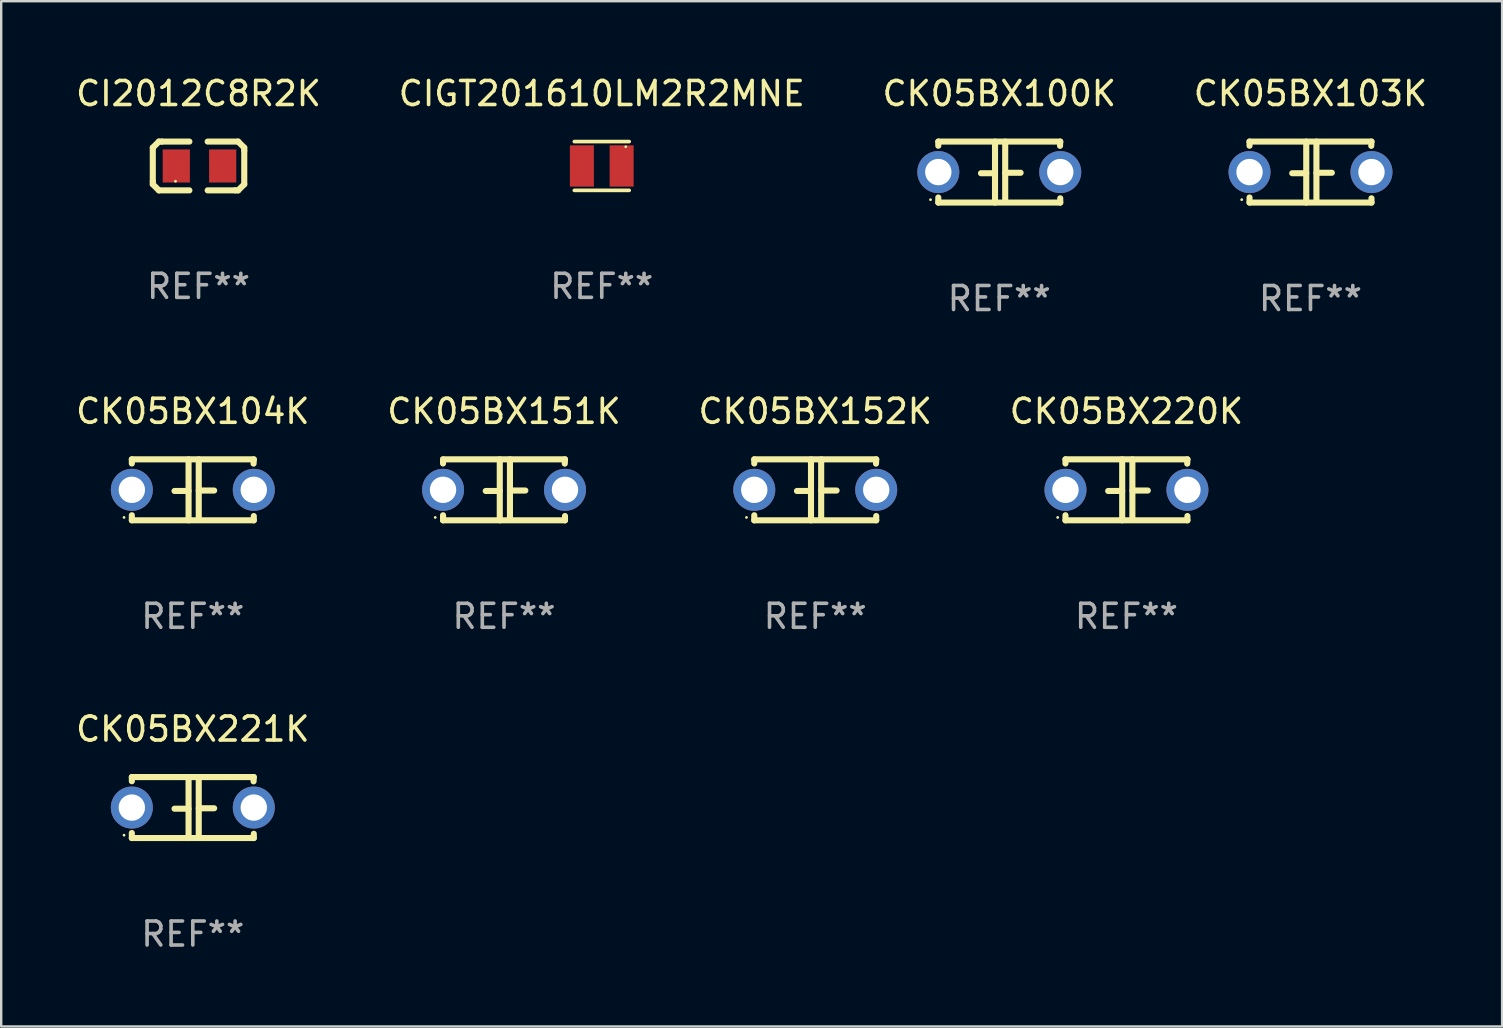
<source format=kicad_pcb>
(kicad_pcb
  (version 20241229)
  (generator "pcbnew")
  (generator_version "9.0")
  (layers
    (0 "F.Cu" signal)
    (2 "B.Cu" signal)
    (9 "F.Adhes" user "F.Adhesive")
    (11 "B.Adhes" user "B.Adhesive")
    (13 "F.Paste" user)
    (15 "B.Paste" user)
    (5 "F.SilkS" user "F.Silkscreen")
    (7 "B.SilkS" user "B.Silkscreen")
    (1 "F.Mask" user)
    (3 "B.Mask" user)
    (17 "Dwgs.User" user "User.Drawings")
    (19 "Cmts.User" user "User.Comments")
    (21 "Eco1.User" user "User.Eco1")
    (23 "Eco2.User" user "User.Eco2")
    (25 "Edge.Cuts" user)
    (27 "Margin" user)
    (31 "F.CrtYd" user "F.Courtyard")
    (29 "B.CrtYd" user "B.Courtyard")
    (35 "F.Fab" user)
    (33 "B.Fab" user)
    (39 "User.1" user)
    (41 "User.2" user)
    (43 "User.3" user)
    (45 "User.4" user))
  (footprint "CK05BX151K"
    (layer "F.Cu")
    (at 17.946 17.355)
    (property "Reference" "CK05BX151K" (at 0 -3.27 0) (layer "F.SilkS") (effects (font (size 1 1) (thickness 0.15))))
    (attr through_hole)
    (fp_line (start -2.54 -1.27) (end 2.54 -1.27) (stroke (width 0.254) (type solid)) (layer "F.SilkS"))
    (fp_line (start -2.54 -1.097) (end -2.54 -1.27) (stroke (width 0.254) (type solid)) (layer "F.SilkS"))
    (fp_line (start -2.54 1.27) (end -2.54 1.059) (stroke (width 0.254) (type solid)) (layer "F.SilkS"))
    (fp_line (start -0.177 -1.27) (end -0.177 1.27) (stroke (width 0.254) (type solid)) (layer "F.SilkS"))
    (fp_line (start -0.177 0.048) (end -0.762 0.048) (stroke (width 0.254) (type solid)) (layer "F.SilkS"))
    (fp_line (start 0.247 -1.27) (end 0.247 1.143) (stroke (width 0.254) (type solid)) (layer "F.SilkS"))
    (fp_line (start 0.247 0.029) (end 0.889 0.029) (stroke (width 0.254) (type solid)) (layer "F.SilkS"))
    (fp_line (start 2.54 -1.27) (end 2.531 -1.092) (stroke (width 0.254) (type solid)) (layer "F.SilkS"))
    (fp_line (start 2.54 1.092) (end 2.54 1.27) (stroke (width 0.254) (type solid)) (layer "F.SilkS"))
    (fp_line (start 2.54 1.27) (end -2.54 1.27) (stroke (width 0.254) (type solid)) (layer "F.SilkS"))
    (fp_circle (center -2.865 1.15) (end -2.835 1.15) (stroke (width 0.06) (type solid)) (fill no) (layer "F.SilkS"))
    (fp_text user "REF**" (at 0 5.27 0) (layer "F.Fab") (effects (font (size 1 1) (thickness 0.15))))
    (pad "1" thru_hole circle (at -2.54 0) (size 1.75 1.75) (drill 1.1) (layers "*.Cu" "*.Mask"))
    (pad "2" thru_hole circle (at 2.54 0) (size 1.75 1.75) (drill 1.1) (layers "*.Cu" "*.Mask")))
  (footprint "CK05BX103K"
    (layer "F.Cu")
    (at 51.542 4.118)
    (property "Reference" "CK05BX103K" (at 0 -3.27 0) (layer "F.SilkS") (effects (font (size 1 1) (thickness 0.15))))
    (attr through_hole)
    (fp_line (start -2.54 -1.27) (end 2.54 -1.27) (stroke (width 0.254) (type solid)) (layer "F.SilkS"))
    (fp_line (start -2.54 -1.097) (end -2.54 -1.27) (stroke (width 0.254) (type solid)) (layer "F.SilkS"))
    (fp_line (start -2.54 1.27) (end -2.54 1.059) (stroke (width 0.254) (type solid)) (layer "F.SilkS"))
    (fp_line (start -0.177 -1.27) (end -0.177 1.27) (stroke (width 0.254) (type solid)) (layer "F.SilkS"))
    (fp_line (start -0.177 0.048) (end -0.762 0.048) (stroke (width 0.254) (type solid)) (layer "F.SilkS"))
    (fp_line (start 0.247 -1.27) (end 0.247 1.143) (stroke (width 0.254) (type solid)) (layer "F.SilkS"))
    (fp_line (start 0.247 0.029) (end 0.889 0.029) (stroke (width 0.254) (type solid)) (layer "F.SilkS"))
    (fp_line (start 2.54 -1.27) (end 2.531 -1.092) (stroke (width 0.254) (type solid)) (layer "F.SilkS"))
    (fp_line (start 2.54 1.092) (end 2.54 1.27) (stroke (width 0.254) (type solid)) (layer "F.SilkS"))
    (fp_line (start 2.54 1.27) (end -2.54 1.27) (stroke (width 0.254) (type solid)) (layer "F.SilkS"))
    (fp_circle (center -2.865 1.15) (end -2.835 1.15) (stroke (width 0.06) (type solid)) (fill no) (layer "F.SilkS"))
    (fp_text user "REF**" (at 0 5.27 0) (layer "F.Fab") (effects (font (size 1 1) (thickness 0.15))))
    (pad "1" thru_hole circle (at -2.54 0) (size 1.75 1.75) (drill 1.1) (layers "*.Cu" "*.Mask"))
    (pad "2" thru_hole circle (at 2.54 0) (size 1.75 1.75) (drill 1.1) (layers "*.Cu" "*.Mask")))
  (footprint "CK05BX152K"
    (layer "F.Cu")
    (at 30.911 17.355)
    (property "Reference" "CK05BX152K" (at 0 -3.27 0) (layer "F.SilkS") (effects (font (size 1 1) (thickness 0.15))))
    (attr through_hole)
    (fp_line (start -2.54 -1.27) (end 2.54 -1.27) (stroke (width 0.254) (type solid)) (layer "F.SilkS"))
    (fp_line (start -2.54 -1.097) (end -2.54 -1.27) (stroke (width 0.254) (type solid)) (layer "F.SilkS"))
    (fp_line (start -2.54 1.27) (end -2.54 1.059) (stroke (width 0.254) (type solid)) (layer "F.SilkS"))
    (fp_line (start -0.177 -1.27) (end -0.177 1.27) (stroke (width 0.254) (type solid)) (layer "F.SilkS"))
    (fp_line (start -0.177 0.048) (end -0.762 0.048) (stroke (width 0.254) (type solid)) (layer "F.SilkS"))
    (fp_line (start 0.247 -1.27) (end 0.247 1.143) (stroke (width 0.254) (type solid)) (layer "F.SilkS"))
    (fp_line (start 0.247 0.029) (end 0.889 0.029) (stroke (width 0.254) (type solid)) (layer "F.SilkS"))
    (fp_line (start 2.54 -1.27) (end 2.531 -1.092) (stroke (width 0.254) (type solid)) (layer "F.SilkS"))
    (fp_line (start 2.54 1.092) (end 2.54 1.27) (stroke (width 0.254) (type solid)) (layer "F.SilkS"))
    (fp_line (start 2.54 1.27) (end -2.54 1.27) (stroke (width 0.254) (type solid)) (layer "F.SilkS"))
    (fp_circle (center -2.865 1.15) (end -2.835 1.15) (stroke (width 0.06) (type solid)) (fill no) (layer "F.SilkS"))
    (fp_text user "REF**" (at 0 5.27 0) (layer "F.Fab") (effects (font (size 1 1) (thickness 0.15))))
    (pad "1" thru_hole circle (at -2.54 0) (size 1.75 1.75) (drill 1.1) (layers "*.Cu" "*.Mask"))
    (pad "2" thru_hole circle (at 2.54 0) (size 1.75 1.75) (drill 1.1) (layers "*.Cu" "*.Mask")))
  (footprint "CK05BX220K"
    (layer "F.Cu")
    (at 43.875 17.355)
    (property "Reference" "CK05BX220K" (at 0 -3.27 0) (layer "F.SilkS") (effects (font (size 1 1) (thickness 0.15))))
    (attr through_hole)
    (fp_line (start -2.54 -1.27) (end 2.54 -1.27) (stroke (width 0.254) (type solid)) (layer "F.SilkS"))
    (fp_line (start -2.54 -1.097) (end -2.54 -1.27) (stroke (width 0.254) (type solid)) (layer "F.SilkS"))
    (fp_line (start -2.54 1.27) (end -2.54 1.059) (stroke (width 0.254) (type solid)) (layer "F.SilkS"))
    (fp_line (start -0.177 -1.27) (end -0.177 1.27) (stroke (width 0.254) (type solid)) (layer "F.SilkS"))
    (fp_line (start -0.177 0.048) (end -0.762 0.048) (stroke (width 0.254) (type solid)) (layer "F.SilkS"))
    (fp_line (start 0.247 -1.27) (end 0.247 1.143) (stroke (width 0.254) (type solid)) (layer "F.SilkS"))
    (fp_line (start 0.247 0.029) (end 0.889 0.029) (stroke (width 0.254) (type solid)) (layer "F.SilkS"))
    (fp_line (start 2.54 -1.27) (end 2.531 -1.092) (stroke (width 0.254) (type solid)) (layer "F.SilkS"))
    (fp_line (start 2.54 1.092) (end 2.54 1.27) (stroke (width 0.254) (type solid)) (layer "F.SilkS"))
    (fp_line (start 2.54 1.27) (end -2.54 1.27) (stroke (width 0.254) (type solid)) (layer "F.SilkS"))
    (fp_circle (center -2.865 1.15) (end -2.835 1.15) (stroke (width 0.06) (type solid)) (fill no) (layer "F.SilkS"))
    (fp_text user "REF**" (at 0 5.27 0) (layer "F.Fab") (effects (font (size 1 1) (thickness 0.15))))
    (pad "1" thru_hole circle (at -2.54 0) (size 1.75 1.75) (drill 1.1) (layers "*.Cu" "*.Mask"))
    (pad "2" thru_hole circle (at 2.54 0) (size 1.75 1.75) (drill 1.1) (layers "*.Cu" "*.Mask")))
  (footprint "CK05BX100K"
    (layer "F.Cu")
    (at 38.577 4.118)
    (property "Reference" "CK05BX100K" (at 0 -3.27 0) (layer "F.SilkS") (effects (font (size 1 1) (thickness 0.15))))
    (attr through_hole)
    (fp_line (start -2.54 -1.27) (end 2.54 -1.27) (stroke (width 0.254) (type solid)) (layer "F.SilkS"))
    (fp_line (start -2.54 -1.097) (end -2.54 -1.27) (stroke (width 0.254) (type solid)) (layer "F.SilkS"))
    (fp_line (start -2.54 1.27) (end -2.54 1.059) (stroke (width 0.254) (type solid)) (layer "F.SilkS"))
    (fp_line (start -0.177 -1.27) (end -0.177 1.27) (stroke (width 0.254) (type solid)) (layer "F.SilkS"))
    (fp_line (start -0.177 0.048) (end -0.762 0.048) (stroke (width 0.254) (type solid)) (layer "F.SilkS"))
    (fp_line (start 0.247 -1.27) (end 0.247 1.143) (stroke (width 0.254) (type solid)) (layer "F.SilkS"))
    (fp_line (start 0.247 0.029) (end 0.889 0.029) (stroke (width 0.254) (type solid)) (layer "F.SilkS"))
    (fp_line (start 2.54 -1.27) (end 2.531 -1.092) (stroke (width 0.254) (type solid)) (layer "F.SilkS"))
    (fp_line (start 2.54 1.092) (end 2.54 1.27) (stroke (width 0.254) (type solid)) (layer "F.SilkS"))
    (fp_line (start 2.54 1.27) (end -2.54 1.27) (stroke (width 0.254) (type solid)) (layer "F.SilkS"))
    (fp_circle (center -2.865 1.15) (end -2.835 1.15) (stroke (width 0.06) (type solid)) (fill no) (layer "F.SilkS"))
    (fp_text user "REF**" (at 0 5.27 0) (layer "F.Fab") (effects (font (size 1 1) (thickness 0.15))))
    (pad "1" thru_hole circle (at -2.54 0) (size 1.75 1.75) (drill 1.1) (layers "*.Cu" "*.Mask"))
    (pad "2" thru_hole circle (at 2.54 0) (size 1.75 1.75) (drill 1.1) (layers "*.Cu" "*.Mask")))
  (footprint "CI2012C8R2K"
    (layer "F.Cu")
    (at 5.22 3.864)
    (property "Reference" "CI2012C8R2K" (at 0 -3.016 0) (layer "F.SilkS") (effects (font (size 1 1) (thickness 0.15))))
    (attr through_hole)
    (fp_line (start -1.905 -0.762) (end -1.905 0.635) (stroke (width 0.254) (type solid)) (layer "F.SilkS"))
    (fp_line (start -1.905 0.635) (end -1.905 0.762) (stroke (width 0.254) (type solid)) (layer "F.SilkS"))
    (fp_line (start -1.905 0.762) (end -1.651 1.016) (stroke (width 0.254) (type solid)) (layer "F.SilkS"))
    (fp_line (start -1.651 -1.016) (end -1.905 -0.762) (stroke (width 0.254) (type solid)) (layer "F.SilkS"))
    (fp_line (start -1.651 1.016) (end -0.381 1.016) (stroke (width 0.254) (type solid)) (layer "F.SilkS"))
    (fp_line (start -1.524 -1.016) (end -1.651 -1.016) (stroke (width 0.254) (type solid)) (layer "F.SilkS"))
    (fp_line (start -0.381 -1.016) (end -1.524 -1.016) (stroke (width 0.254) (type solid)) (layer "F.SilkS"))
    (fp_line (start 0.381 1.016) (end 1.524 1.016) (stroke (width 0.254) (type solid)) (layer "F.SilkS"))
    (fp_line (start 1.524 1.016) (end 1.651 1.016) (stroke (width 0.254) (type solid)) (layer "F.SilkS"))
    (fp_line (start 1.651 -1.016) (end 0.381 -1.016) (stroke (width 0.254) (type solid)) (layer "F.SilkS"))
    (fp_line (start 1.651 1.016) (end 1.905 0.762) (stroke (width 0.254) (type solid)) (layer "F.SilkS"))
    (fp_line (start 1.905 -0.762) (end 1.651 -1.016) (stroke (width 0.254) (type solid)) (layer "F.SilkS"))
    (fp_line (start 1.905 -0.635) (end 1.905 -0.762) (stroke (width 0.254) (type solid)) (layer "F.SilkS"))
    (fp_line (start 1.905 0.762) (end 1.905 -0.635) (stroke (width 0.254) (type solid)) (layer "F.SilkS"))
    (fp_circle (center -0.96 0.637) (end -0.93 0.637) (stroke (width 0.06) (type solid)) (fill no) (layer "F.SilkS"))
    (fp_text user "REF**" (at 0 5.016 0) (layer "F.Fab") (effects (font (size 1 1) (thickness 0.15))))
    (pad "1" smd rect (at -0.926 -0.000051) (size 1.133 1.377) (layers "F.Cu" "F.Mask" "F.Paste"))
    (pad "2" smd rect (at 1.006 -0.000051) (size 1.133 1.377) (layers "F.Cu" "F.Mask" "F.Paste")))
  (footprint "CIGT201610LM2R2MNE"
    (layer "F.Cu")
    (at 22.018 3.864)
    (property "Reference" "CIGT201610LM2R2MNE" (at 0 -3.016 0) (layer "F.SilkS") (effects (font (size 1 1) (thickness 0.15))))
    (attr through_hole)
    (fp_line (start -1.143 -1.016) (end 1.143 -1.016) (stroke (width 0.152) (type solid)) (layer "F.SilkS"))
    (fp_line (start 1.143 1.016) (end -1.143 1.016) (stroke (width 0.152) (type solid)) (layer "F.SilkS"))
    (fp_circle (center 1 -0.8) (end 1.03 -0.8) (stroke (width 0.06) (type solid)) (fill no) (layer "F.SilkS"))
    (fp_text user "REF**" (at 0 5.016 0) (layer "F.Fab") (effects (font (size 1 1) (thickness 0.15))))
    (pad "1" smd rect (at 0.828 0) (size 1 1.72) (layers "F.Cu" "F.Mask" "F.Paste"))
    (pad "2" smd rect (at -0.828 0) (size 1 1.72) (layers "F.Cu" "F.Mask" "F.Paste")))
  (footprint "CK05BX221K"
    (layer "F.Cu")
    (at 4.982 30.591)
    (property "Reference" "CK05BX221K" (at 0 -3.27 0) (layer "F.SilkS") (effects (font (size 1 1) (thickness 0.15))))
    (attr through_hole)
    (fp_line (start -2.54 -1.27) (end 2.54 -1.27) (stroke (width 0.254) (type solid)) (layer "F.SilkS"))
    (fp_line (start -2.54 -1.097) (end -2.54 -1.27) (stroke (width 0.254) (type solid)) (layer "F.SilkS"))
    (fp_line (start -2.54 1.27) (end -2.54 1.059) (stroke (width 0.254) (type solid)) (layer "F.SilkS"))
    (fp_line (start -0.177 -1.27) (end -0.177 1.27) (stroke (width 0.254) (type solid)) (layer "F.SilkS"))
    (fp_line (start -0.177 0.048) (end -0.762 0.048) (stroke (width 0.254) (type solid)) (layer "F.SilkS"))
    (fp_line (start 0.247 -1.27) (end 0.247 1.143) (stroke (width 0.254) (type solid)) (layer "F.SilkS"))
    (fp_line (start 0.247 0.029) (end 0.889 0.029) (stroke (width 0.254) (type solid)) (layer "F.SilkS"))
    (fp_line (start 2.54 -1.27) (end 2.531 -1.092) (stroke (width 0.254) (type solid)) (layer "F.SilkS"))
    (fp_line (start 2.54 1.092) (end 2.54 1.27) (stroke (width 0.254) (type solid)) (layer "F.SilkS"))
    (fp_line (start 2.54 1.27) (end -2.54 1.27) (stroke (width 0.254) (type solid)) (layer "F.SilkS"))
    (fp_circle (center -2.865 1.15) (end -2.835 1.15) (stroke (width 0.06) (type solid)) (fill no) (layer "F.SilkS"))
    (fp_text user "REF**" (at 0 5.27 0) (layer "F.Fab") (effects (font (size 1 1) (thickness 0.15))))
    (pad "1" thru_hole circle (at -2.54 0) (size 1.75 1.75) (drill 1.1) (layers "*.Cu" "*.Mask"))
    (pad "2" thru_hole circle (at 2.54 0) (size 1.75 1.75) (drill 1.1) (layers "*.Cu" "*.Mask")))
  (footprint "CK05BX104K"
    (layer "F.Cu")
    (at 4.982 17.355)
    (property "Reference" "CK05BX104K" (at 0 -3.27 0) (layer "F.SilkS") (effects (font (size 1 1) (thickness 0.15))))
    (attr through_hole)
    (fp_line (start -2.54 -1.27) (end 2.54 -1.27) (stroke (width 0.254) (type solid)) (layer "F.SilkS"))
    (fp_line (start -2.54 -1.097) (end -2.54 -1.27) (stroke (width 0.254) (type solid)) (layer "F.SilkS"))
    (fp_line (start -2.54 1.27) (end -2.54 1.059) (stroke (width 0.254) (type solid)) (layer "F.SilkS"))
    (fp_line (start -0.177 -1.27) (end -0.177 1.27) (stroke (width 0.254) (type solid)) (layer "F.SilkS"))
    (fp_line (start -0.177 0.048) (end -0.762 0.048) (stroke (width 0.254) (type solid)) (layer "F.SilkS"))
    (fp_line (start 0.247 -1.27) (end 0.247 1.143) (stroke (width 0.254) (type solid)) (layer "F.SilkS"))
    (fp_line (start 0.247 0.029) (end 0.889 0.029) (stroke (width 0.254) (type solid)) (layer "F.SilkS"))
    (fp_line (start 2.54 -1.27) (end 2.531 -1.092) (stroke (width 0.254) (type solid)) (layer "F.SilkS"))
    (fp_line (start 2.54 1.092) (end 2.54 1.27) (stroke (width 0.254) (type solid)) (layer "F.SilkS"))
    (fp_line (start 2.54 1.27) (end -2.54 1.27) (stroke (width 0.254) (type solid)) (layer "F.SilkS"))
    (fp_circle (center -2.865 1.15) (end -2.835 1.15) (stroke (width 0.06) (type solid)) (fill no) (layer "F.SilkS"))
    (fp_text user "REF**" (at 0 5.27 0) (layer "F.Fab") (effects (font (size 1 1) (thickness 0.15))))
    (pad "1" thru_hole circle (at -2.54 0) (size 1.75 1.75) (drill 1.1) (layers "*.Cu" "*.Mask"))
    (pad "2" thru_hole circle (at 2.54 0) (size 1.75 1.75) (drill 1.1) (layers "*.Cu" "*.Mask")))
  (gr_rect
    (start -3 -3)
    (end 59.524 39.71)
    (stroke (width 0.1) (type default))
    (fill no)
    (layer "Edge.Cuts")))
</source>
